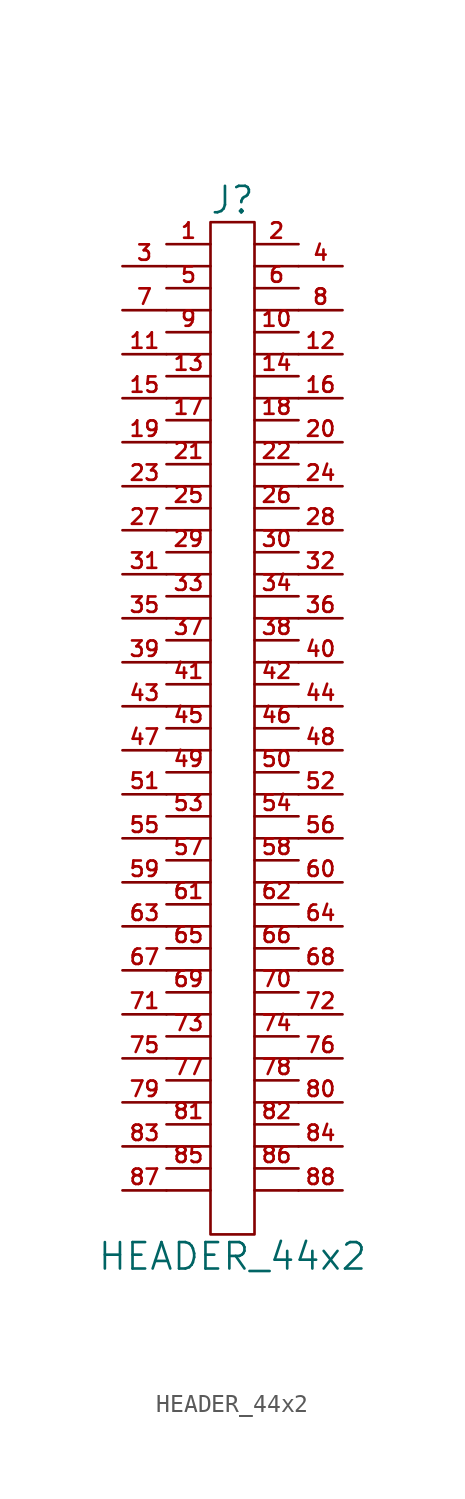
<source format=kicad_sym>
(kicad_symbol_lib
  (version 20211014)
  (generator kicad_symbol_editor)
  (symbol "HEADER_44x2"
    (pin_names
      (offset 0))
    (property "Reference" "J"
      (at 0 30.48 0)
      (effects (font (size 1.524 1.524))))
    (property "Value" "HEADER_44x2"
      (at 0 -30.48 0)
      (effects (font (size 1.524 1.524))))
    (property "Footprint" ""
      (at 0 3.81 0)
      (effects (font (size 1.524 1.524))))
    (property "Datasheet" ""
      (at 0 3.81 0)
      (effects (font (size 1.524 1.524))))
    (symbol "HEADER_44x2_0_1"
      (polyline (pts (xy -3.81 -26.67) (xy -1.27 -26.67)) (stroke (width 0) (type default) (color 0 0 0 0)) (fill (type none)))
      (polyline (pts (xy -3.81 -24.13) (xy -1.27 -24.13)) (stroke (width 0) (type default) (color 0 0 0 0)) (fill (type none)))
      (polyline (pts (xy -3.81 -21.59) (xy -1.27 -21.59)) (stroke (width 0) (type default) (color 0 0 0 0)) (fill (type none)))
      (polyline (pts (xy -3.81 -19.05) (xy -1.27 -19.05)) (stroke (width 0) (type default) (color 0 0 0 0)) (fill (type none)))
      (polyline (pts (xy -3.81 -16.51) (xy -1.27 -16.51)) (stroke (width 0) (type default) (color 0 0 0 0)) (fill (type none)))
      (polyline (pts (xy -3.81 -13.97) (xy -1.27 -13.97)) (stroke (width 0) (type default) (color 0 0 0 0)) (fill (type none)))
      (polyline (pts (xy -3.81 -11.43) (xy -1.27 -11.43)) (stroke (width 0) (type default) (color 0 0 0 0)) (fill (type none)))
      (polyline (pts (xy -3.81 -8.89) (xy -1.27 -8.89)) (stroke (width 0) (type default) (color 0 0 0 0)) (fill (type none)))
      (polyline (pts (xy -3.81 -6.35) (xy -1.27 -6.35)) (stroke (width 0) (type default) (color 0 0 0 0)) (fill (type none)))
      (polyline (pts (xy -3.81 -3.81) (xy -1.27 -3.81)) (stroke (width 0) (type default) (color 0 0 0 0)) (fill (type none)))
      (polyline (pts (xy -3.81 -1.27) (xy -1.27 -1.27)) (stroke (width 0) (type default) (color 0 0 0 0)) (fill (type none)))
      (polyline (pts (xy -3.81 1.27) (xy -1.27 1.27)) (stroke (width 0) (type default) (color 0 0 0 0)) (fill (type none)))
      (polyline (pts (xy -3.81 3.81) (xy -1.27 3.81)) (stroke (width 0) (type default) (color 0 0 0 0)) (fill (type none)))
      (polyline (pts (xy -3.81 6.35) (xy -1.27 6.35)) (stroke (width 0) (type default) (color 0 0 0 0)) (fill (type none)))
      (polyline (pts (xy -3.81 8.89) (xy -1.27 8.89)) (stroke (width 0) (type default) (color 0 0 0 0)) (fill (type none)))
      (polyline (pts (xy -3.81 11.43) (xy -1.27 11.43)) (stroke (width 0) (type default) (color 0 0 0 0)) (fill (type none)))
      (polyline (pts (xy -3.81 13.97) (xy -1.27 13.97)) (stroke (width 0) (type default) (color 0 0 0 0)) (fill (type none)))
      (polyline (pts (xy -3.81 16.51) (xy -1.27 16.51)) (stroke (width 0) (type default) (color 0 0 0 0)) (fill (type none)))
      (polyline (pts (xy -3.81 19.05) (xy -1.27 19.05)) (stroke (width 0) (type default) (color 0 0 0 0)) (fill (type none)))
      (polyline (pts (xy -3.81 21.59) (xy -1.27 21.59)) (stroke (width 0) (type default) (color 0 0 0 0)) (fill (type none)))
      (polyline (pts (xy -3.81 24.13) (xy -1.27 24.13)) (stroke (width 0) (type default) (color 0 0 0 0)) (fill (type none)))
      (polyline (pts (xy -3.81 26.67) (xy -1.27 26.67)) (stroke (width 0) (type default) (color 0 0 0 0)) (fill (type none)))
      (polyline (pts (xy 1.27 -26.67) (xy 3.81 -26.67)) (stroke (width 0) (type default) (color 0 0 0 0)) (fill (type none)))
      (polyline (pts (xy 1.27 -24.13) (xy 3.81 -24.13)) (stroke (width 0) (type default) (color 0 0 0 0)) (fill (type none)))
      (polyline (pts (xy 1.27 -21.59) (xy 3.81 -21.59)) (stroke (width 0) (type default) (color 0 0 0 0)) (fill (type none)))
      (polyline (pts (xy 1.27 -19.05) (xy 3.81 -19.05)) (stroke (width 0) (type default) (color 0 0 0 0)) (fill (type none)))
      (polyline (pts (xy 1.27 -16.51) (xy 3.81 -16.51)) (stroke (width 0) (type default) (color 0 0 0 0)) (fill (type none)))
      (polyline (pts (xy 1.27 -13.97) (xy 3.81 -13.97)) (stroke (width 0) (type default) (color 0 0 0 0)) (fill (type none)))
      (polyline (pts (xy 1.27 -11.43) (xy 3.81 -11.43)) (stroke (width 0) (type default) (color 0 0 0 0)) (fill (type none)))
      (polyline (pts (xy 1.27 -8.89) (xy 3.81 -8.89)) (stroke (width 0) (type default) (color 0 0 0 0)) (fill (type none)))
      (polyline (pts (xy 1.27 -6.35) (xy 3.81 -6.35)) (stroke (width 0) (type default) (color 0 0 0 0)) (fill (type none)))
      (polyline (pts (xy 1.27 -3.81) (xy 3.81 -3.81)) (stroke (width 0) (type default) (color 0 0 0 0)) (fill (type none)))
      (polyline (pts (xy 1.27 -1.27) (xy 3.81 -1.27)) (stroke (width 0) (type default) (color 0 0 0 0)) (fill (type none)))
      (polyline (pts (xy 1.27 1.27) (xy 3.81 1.27)) (stroke (width 0) (type default) (color 0 0 0 0)) (fill (type none)))
      (polyline (pts (xy 1.27 3.81) (xy 3.81 3.81)) (stroke (width 0) (type default) (color 0 0 0 0)) (fill (type none)))
      (polyline (pts (xy 1.27 6.35) (xy 3.81 6.35)) (stroke (width 0) (type default) (color 0 0 0 0)) (fill (type none)))
      (polyline (pts (xy 1.27 8.89) (xy 3.81 8.89)) (stroke (width 0) (type default) (color 0 0 0 0)) (fill (type none)))
      (polyline (pts (xy 1.27 11.43) (xy 3.81 11.43)) (stroke (width 0) (type default) (color 0 0 0 0)) (fill (type none)))
      (polyline (pts (xy 1.27 13.97) (xy 3.81 13.97)) (stroke (width 0) (type default) (color 0 0 0 0)) (fill (type none)))
      (polyline (pts (xy 1.27 16.51) (xy 3.81 16.51)) (stroke (width 0) (type default) (color 0 0 0 0)) (fill (type none)))
      (polyline (pts (xy 1.27 19.05) (xy 3.81 19.05)) (stroke (width 0) (type default) (color 0 0 0 0)) (fill (type none)))
      (polyline (pts (xy 1.27 21.59) (xy 3.81 21.59)) (stroke (width 0) (type default) (color 0 0 0 0)) (fill (type none)))
      (polyline (pts (xy 1.27 24.13) (xy 3.81 24.13)) (stroke (width 0) (type default) (color 0 0 0 0)) (fill (type none)))
      (polyline (pts (xy 1.27 26.67) (xy 3.81 26.67)) (stroke (width 0) (type default) (color 0 0 0 0)) (fill (type none)))
      (rectangle (start 1.27 -29.21) (end -1.27 29.21) (stroke (width 0) (type default) (color 0 0 0 0)) (fill (type none))))
    (symbol "HEADER_44x2_1_1"
      (pin passive line (at -3.81 27.94 0) (length 2.54) (name "~" (effects (font (size 1.27 1.27)))) (number "1" (effects (font (size 0.889 0.889)))))
      (pin passive line (at 3.81 22.86 180) (length 2.54) (name "~" (effects (font (size 1.27 1.27)))) (number "10" (effects (font (size 0.889 0.889)))))
      (pin passive line (at -6.35 21.59 0) (length 2.54) (name "~" (effects (font (size 1.27 1.27)))) (number "11" (effects (font (size 0.889 0.889)))))
      (pin passive line (at 6.35 21.59 180) (length 2.54) (name "~" (effects (font (size 1.27 1.27)))) (number "12" (effects (font (size 0.889 0.889)))))
      (pin passive line (at -3.81 20.32 0) (length 2.54) (name "~" (effects (font (size 1.27 1.27)))) (number "13" (effects (font (size 0.889 0.889)))))
      (pin passive line (at 3.81 20.32 180) (length 2.54) (name "~" (effects (font (size 1.27 1.27)))) (number "14" (effects (font (size 0.889 0.889)))))
      (pin passive line (at -6.35 19.05 0) (length 2.54) (name "~" (effects (font (size 1.27 1.27)))) (number "15" (effects (font (size 0.889 0.889)))))
      (pin passive line (at 6.35 19.05 180) (length 2.54) (name "~" (effects (font (size 1.27 1.27)))) (number "16" (effects (font (size 0.889 0.889)))))
      (pin passive line (at -3.81 17.78 0) (length 2.54) (name "~" (effects (font (size 1.27 1.27)))) (number "17" (effects (font (size 0.889 0.889)))))
      (pin passive line (at 3.81 17.78 180) (length 2.54) (name "~" (effects (font (size 1.27 1.27)))) (number "18" (effects (font (size 0.889 0.889)))))
      (pin passive line (at -6.35 16.51 0) (length 2.54) (name "~" (effects (font (size 1.27 1.27)))) (number "19" (effects (font (size 0.889 0.889)))))
      (pin passive line (at 3.81 27.94 180) (length 2.54) (name "~" (effects (font (size 1.27 1.27)))) (number "2" (effects (font (size 0.889 0.889)))))
      (pin passive line (at 6.35 16.51 180) (length 2.54) (name "~" (effects (font (size 1.27 1.27)))) (number "20" (effects (font (size 0.889 0.889)))))
      (pin passive line (at -3.81 15.24 0) (length 2.54) (name "~" (effects (font (size 1.27 1.27)))) (number "21" (effects (font (size 0.889 0.889)))))
      (pin passive line (at 3.81 15.24 180) (length 2.54) (name "~" (effects (font (size 1.27 1.27)))) (number "22" (effects (font (size 0.889 0.889)))))
      (pin passive line (at -6.35 13.97 0) (length 2.54) (name "~" (effects (font (size 1.27 1.27)))) (number "23" (effects (font (size 0.889 0.889)))))
      (pin passive line (at 6.35 13.97 180) (length 2.54) (name "~" (effects (font (size 1.27 1.27)))) (number "24" (effects (font (size 0.889 0.889)))))
      (pin passive line (at -3.81 12.7 0) (length 2.54) (name "~" (effects (font (size 1.27 1.27)))) (number "25" (effects (font (size 0.889 0.889)))))
      (pin passive line (at 3.81 12.7 180) (length 2.54) (name "~" (effects (font (size 1.27 1.27)))) (number "26" (effects (font (size 0.889 0.889)))))
      (pin passive line (at -6.35 11.43 0) (length 2.54) (name "~" (effects (font (size 1.27 1.27)))) (number "27" (effects (font (size 0.889 0.889)))))
      (pin passive line (at 6.35 11.43 180) (length 2.54) (name "~" (effects (font (size 1.27 1.27)))) (number "28" (effects (font (size 0.889 0.889)))))
      (pin passive line (at -3.81 10.16 0) (length 2.54) (name "~" (effects (font (size 1.27 1.27)))) (number "29" (effects (font (size 0.889 0.889)))))
      (pin passive line (at -6.35 26.67 0) (length 2.54) (name "~" (effects (font (size 1.27 1.27)))) (number "3" (effects (font (size 0.889 0.889)))))
      (pin passive line (at 3.81 10.16 180) (length 2.54) (name "~" (effects (font (size 1.27 1.27)))) (number "30" (effects (font (size 0.889 0.889)))))
      (pin passive line (at -6.35 8.89 0) (length 2.54) (name "~" (effects (font (size 1.27 1.27)))) (number "31" (effects (font (size 0.889 0.889)))))
      (pin passive line (at 6.35 8.89 180) (length 2.54) (name "~" (effects (font (size 1.27 1.27)))) (number "32" (effects (font (size 0.889 0.889)))))
      (pin passive line (at -3.81 7.62 0) (length 2.54) (name "~" (effects (font (size 1.27 1.27)))) (number "33" (effects (font (size 0.889 0.889)))))
      (pin passive line (at 3.81 7.62 180) (length 2.54) (name "~" (effects (font (size 1.27 1.27)))) (number "34" (effects (font (size 0.889 0.889)))))
      (pin passive line (at -6.35 6.35 0) (length 2.54) (name "~" (effects (font (size 1.27 1.27)))) (number "35" (effects (font (size 0.889 0.889)))))
      (pin passive line (at 6.35 6.35 180) (length 2.54) (name "~" (effects (font (size 1.27 1.27)))) (number "36" (effects (font (size 0.889 0.889)))))
      (pin passive line (at -3.81 5.08 0) (length 2.54) (name "~" (effects (font (size 0.889 0.889)))) (number "37" (effects (font (size 0.889 0.889)))))
      (pin passive line (at 3.81 5.08 180) (length 2.54) (name "~" (effects (font (size 1.27 1.27)))) (number "38" (effects (font (size 0.889 0.889)))))
      (pin passive line (at -6.35 3.81 0) (length 2.54) (name "~" (effects (font (size 1.27 1.27)))) (number "39" (effects (font (size 0.889 0.889)))))
      (pin passive line (at 6.35 26.67 180) (length 2.54) (name "~" (effects (font (size 1.27 1.27)))) (number "4" (effects (font (size 0.889 0.889)))))
      (pin passive line (at 6.35 3.81 180) (length 2.54) (name "~" (effects (font (size 1.27 1.27)))) (number "40" (effects (font (size 0.889 0.889)))))
      (pin passive line (at -3.81 2.54 0) (length 2.54) (name "~" (effects (font (size 1.27 1.27)))) (number "41" (effects (font (size 0.889 0.889)))))
      (pin passive line (at 3.81 2.54 180) (length 2.54) (name "~" (effects (font (size 1.27 1.27)))) (number "42" (effects (font (size 0.889 0.889)))))
      (pin passive line (at -6.35 1.27 0) (length 2.54) (name "~" (effects (font (size 1.27 1.27)))) (number "43" (effects (font (size 0.889 0.889)))))
      (pin passive line (at 6.35 1.27 180) (length 2.54) (name "~" (effects (font (size 1.27 1.27)))) (number "44" (effects (font (size 0.889 0.889)))))
      (pin passive line (at -3.81 0 0) (length 2.54) (name "~" (effects (font (size 1.27 1.27)))) (number "45" (effects (font (size 0.889 0.889)))))
      (pin passive line (at 3.81 0 180) (length 2.54) (name "~" (effects (font (size 1.27 1.27)))) (number "46" (effects (font (size 0.889 0.889)))))
      (pin passive line (at -6.35 -1.27 0) (length 2.54) (name "~" (effects (font (size 1.27 1.27)))) (number "47" (effects (font (size 0.889 0.889)))))
      (pin passive line (at 6.35 -1.27 180) (length 2.54) (name "~" (effects (font (size 1.27 1.27)))) (number "48" (effects (font (size 0.889 0.889)))))
      (pin passive line (at -3.81 -2.54 0) (length 2.54) (name "~" (effects (font (size 1.27 1.27)))) (number "49" (effects (font (size 0.889 0.889)))))
      (pin passive line (at -3.81 25.4 0) (length 2.54) (name "~" (effects (font (size 1.27 1.27)))) (number "5" (effects (font (size 0.889 0.889)))))
      (pin passive line (at 3.81 -2.54 180) (length 2.54) (name "~" (effects (font (size 1.27 1.27)))) (number "50" (effects (font (size 0.889 0.889)))))
      (pin passive line (at -6.35 -3.81 0) (length 2.54) (name "~" (effects (font (size 1.27 1.27)))) (number "51" (effects (font (size 0.889 0.889)))))
      (pin passive line (at 6.35 -3.81 180) (length 2.54) (name "~" (effects (font (size 1.27 1.27)))) (number "52" (effects (font (size 0.889 0.889)))))
      (pin passive line (at -3.81 -5.08 0) (length 2.54) (name "~" (effects (font (size 1.27 1.27)))) (number "53" (effects (font (size 0.889 0.889)))))
      (pin passive line (at 3.81 -5.08 180) (length 2.54) (name "~" (effects (font (size 1.27 1.27)))) (number "54" (effects (font (size 0.889 0.889)))))
      (pin passive line (at -6.35 -6.35 0) (length 2.54) (name "~" (effects (font (size 1.27 1.27)))) (number "55" (effects (font (size 0.889 0.889)))))
      (pin passive line (at 6.35 -6.35 180) (length 2.54) (name "~" (effects (font (size 1.27 1.27)))) (number "56" (effects (font (size 0.889 0.889)))))
      (pin passive line (at -3.81 -7.62 0) (length 2.54) (name "~" (effects (font (size 1.27 1.27)))) (number "57" (effects (font (size 0.889 0.889)))))
      (pin passive line (at 3.81 -7.62 180) (length 2.54) (name "~" (effects (font (size 1.27 1.27)))) (number "58" (effects (font (size 0.889 0.889)))))
      (pin passive line (at -6.35 -8.89 0) (length 2.54) (name "~" (effects (font (size 1.27 1.27)))) (number "59" (effects (font (size 0.889 0.889)))))
      (pin passive line (at 3.81 25.4 180) (length 2.54) (name "~" (effects (font (size 1.27 1.27)))) (number "6" (effects (font (size 0.889 0.889)))))
      (pin passive line (at 6.35 -8.89 180) (length 2.54) (name "~" (effects (font (size 1.27 1.27)))) (number "60" (effects (font (size 0.889 0.889)))))
      (pin passive line (at -3.81 -10.16 0) (length 2.54) (name "~" (effects (font (size 1.27 1.27)))) (number "61" (effects (font (size 0.889 0.889)))))
      (pin passive line (at 3.81 -10.16 180) (length 2.54) (name "~" (effects (font (size 1.27 1.27)))) (number "62" (effects (font (size 0.889 0.889)))))
      (pin passive line (at -6.35 -11.43 0) (length 2.54) (name "~" (effects (font (size 1.27 1.27)))) (number "63" (effects (font (size 0.889 0.889)))))
      (pin passive line (at 6.35 -11.43 180) (length 2.54) (name "~" (effects (font (size 1.27 1.27)))) (number "64" (effects (font (size 0.889 0.889)))))
      (pin passive line (at -3.81 -12.7 0) (length 2.54) (name "~" (effects (font (size 1.27 1.27)))) (number "65" (effects (font (size 0.889 0.889)))))
      (pin passive line (at 3.81 -12.7 180) (length 2.54) (name "~" (effects (font (size 1.27 1.27)))) (number "66" (effects (font (size 0.889 0.889)))))
      (pin passive line (at -6.35 -13.97 0) (length 2.54) (name "~" (effects (font (size 1.27 1.27)))) (number "67" (effects (font (size 0.889 0.889)))))
      (pin passive line (at 6.35 -13.97 180) (length 2.54) (name "~" (effects (font (size 1.27 1.27)))) (number "68" (effects (font (size 0.889 0.889)))))
      (pin passive line (at -3.81 -15.24 0) (length 2.54) (name "~" (effects (font (size 1.27 1.27)))) (number "69" (effects (font (size 0.889 0.889)))))
      (pin passive line (at -6.35 24.13 0) (length 2.54) (name "~" (effects (font (size 1.27 1.27)))) (number "7" (effects (font (size 0.889 0.889)))))
      (pin passive line (at 3.81 -15.24 180) (length 2.54) (name "~" (effects (font (size 1.27 1.27)))) (number "70" (effects (font (size 0.889 0.889)))))
      (pin passive line (at -6.35 -16.51 0) (length 2.54) (name "~" (effects (font (size 1.27 1.27)))) (number "71" (effects (font (size 0.889 0.889)))))
      (pin passive line (at 6.35 -16.51 180) (length 2.54) (name "~" (effects (font (size 1.27 1.27)))) (number "72" (effects (font (size 0.889 0.889)))))
      (pin passive line (at -3.81 -17.78 0) (length 2.54) (name "~" (effects (font (size 1.27 1.27)))) (number "73" (effects (font (size 0.889 0.889)))))
      (pin passive line (at 3.81 -17.78 180) (length 2.54) (name "~" (effects (font (size 1.27 1.27)))) (number "74" (effects (font (size 0.889 0.889)))))
      (pin passive line (at -6.35 -19.05 0) (length 2.54) (name "~" (effects (font (size 1.27 1.27)))) (number "75" (effects (font (size 0.889 0.889)))))
      (pin passive line (at 6.35 -19.05 180) (length 2.54) (name "~" (effects (font (size 1.27 1.27)))) (number "76" (effects (font (size 0.889 0.889)))))
      (pin passive line (at -3.81 -20.32 0) (length 2.54) (name "~" (effects (font (size 1.27 1.27)))) (number "77" (effects (font (size 0.889 0.889)))))
      (pin passive line (at 3.81 -20.32 180) (length 2.54) (name "~" (effects (font (size 1.27 1.27)))) (number "78" (effects (font (size 0.889 0.889)))))
      (pin passive line (at -6.35 -21.59 0) (length 2.54) (name "~" (effects (font (size 1.27 1.27)))) (number "79" (effects (font (size 0.889 0.889)))))
      (pin passive line (at 6.35 24.13 180) (length 2.54) (name "~" (effects (font (size 1.27 1.27)))) (number "8" (effects (font (size 0.889 0.889)))))
      (pin passive line (at 6.35 -21.59 180) (length 2.54) (name "~" (effects (font (size 1.27 1.27)))) (number "80" (effects (font (size 0.889 0.889)))))
      (pin passive line (at -3.81 -22.86 0) (length 2.54) (name "~" (effects (font (size 1.27 1.27)))) (number "81" (effects (font (size 0.889 0.889)))))
      (pin passive line (at 3.81 -22.86 180) (length 2.54) (name "~" (effects (font (size 1.27 1.27)))) (number "82" (effects (font (size 0.889 0.889)))))
      (pin passive line (at -6.35 -24.13 0) (length 2.54) (name "~" (effects (font (size 1.27 1.27)))) (number "83" (effects (font (size 0.889 0.889)))))
      (pin passive line (at 6.35 -24.13 180) (length 2.54) (name "~" (effects (font (size 1.27 1.27)))) (number "84" (effects (font (size 0.889 0.889)))))
      (pin passive line (at -3.81 -25.4 0) (length 2.54) (name "~" (effects (font (size 1.27 1.27)))) (number "85" (effects (font (size 0.889 0.889)))))
      (pin passive line (at 3.81 -25.4 180) (length 2.54) (name "~" (effects (font (size 1.27 1.27)))) (number "86" (effects (font (size 0.889 0.889)))))
      (pin passive line (at -6.35 -26.67 0) (length 2.54) (name "~" (effects (font (size 1.27 1.27)))) (number "87" (effects (font (size 0.889 0.889)))))
      (pin passive line (at 6.35 -26.67 180) (length 2.54) (name "~" (effects (font (size 1.27 1.27)))) (number "88" (effects (font (size 0.889 0.889)))))
      (pin passive line (at -3.81 22.86 0) (length 2.54) (name "~" (effects (font (size 1.27 1.27)))) (number "9" (effects (font (size 0.889 0.889))))))))
</source>
